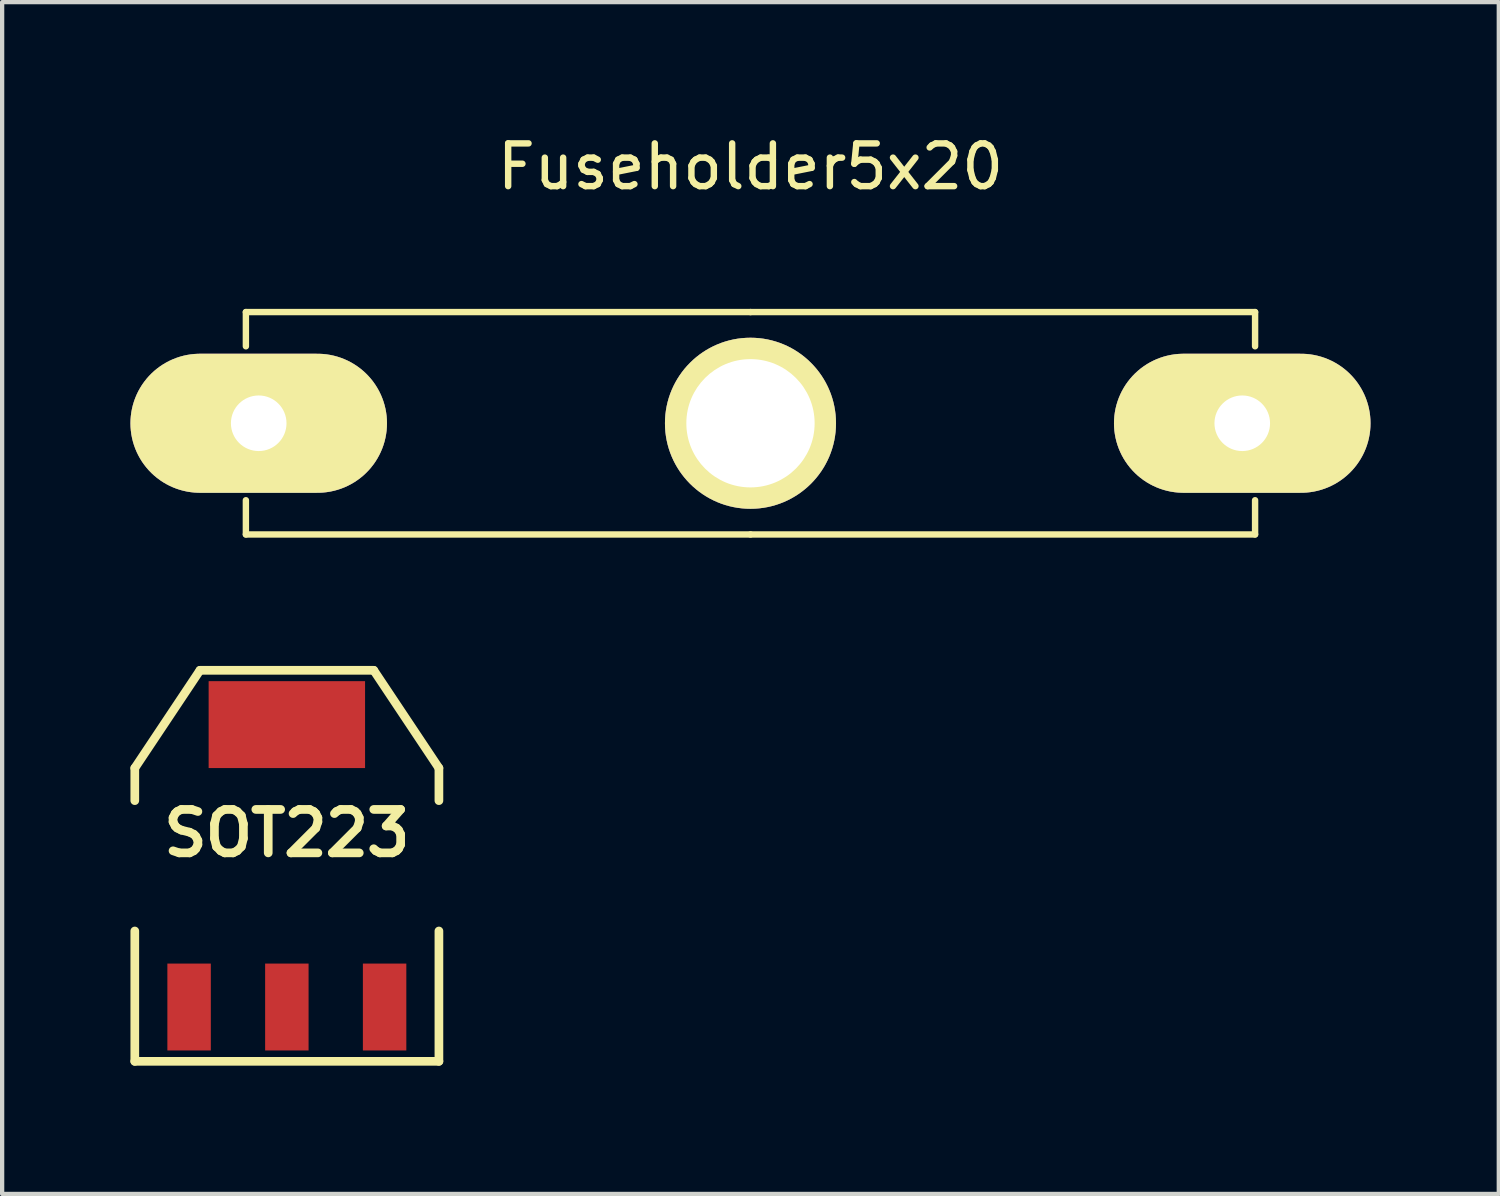
<source format=kicad_pcb>
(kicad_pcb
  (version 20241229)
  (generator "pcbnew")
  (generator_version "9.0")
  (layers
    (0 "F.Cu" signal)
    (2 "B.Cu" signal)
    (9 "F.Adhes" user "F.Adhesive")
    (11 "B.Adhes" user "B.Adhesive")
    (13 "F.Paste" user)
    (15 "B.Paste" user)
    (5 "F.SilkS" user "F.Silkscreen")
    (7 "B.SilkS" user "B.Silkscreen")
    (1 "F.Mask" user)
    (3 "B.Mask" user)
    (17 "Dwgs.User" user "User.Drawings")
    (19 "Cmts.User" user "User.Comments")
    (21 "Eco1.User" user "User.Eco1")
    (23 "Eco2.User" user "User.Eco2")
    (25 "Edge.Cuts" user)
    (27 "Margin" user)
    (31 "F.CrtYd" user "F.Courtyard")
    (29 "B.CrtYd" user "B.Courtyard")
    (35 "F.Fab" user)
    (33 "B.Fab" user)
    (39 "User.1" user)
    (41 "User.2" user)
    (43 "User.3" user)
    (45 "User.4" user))
  (footprint "Fuseholder5x20"
    (layer "F.Cu")
    (at 14.5 6.848)
    (property "Reference" "Fuseholder5x20" (at 0 -6 0) (layer "F.SilkS") (effects (font (size 1 1) (thickness 0.15))))
    (attr through_hole)
    (fp_line (start -11.8 -2.6) (end -11.8 -1.8) (stroke (width 0.15) (type solid)) (layer "F.SilkS"))
    (fp_line (start -11.8 2.6) (end -11.8 1.8) (stroke (width 0.15) (type solid)) (layer "F.SilkS"))
    (fp_line (start 0 -2.6) (end -11.8 -2.6) (stroke (width 0.15) (type solid)) (layer "F.SilkS"))
    (fp_line (start 0 -2.6) (end 11.8 -2.6) (stroke (width 0.15) (type solid)) (layer "F.SilkS"))
    (fp_line (start 0 2.6) (end -11.8 2.6) (stroke (width 0.15) (type solid)) (layer "F.SilkS"))
    (fp_line (start 0 2.6) (end 11.8 2.6) (stroke (width 0.15) (type solid)) (layer "F.SilkS"))
    (fp_line (start 11.8 -2.6) (end 11.8 -1.8) (stroke (width 0.15) (type solid)) (layer "F.SilkS"))
    (fp_line (start 11.8 2.6) (end 11.8 1.8) (stroke (width 0.15) (type solid)) (layer "F.SilkS"))
    (pad "" thru_hole circle (at 0 0) (size 4 4) (drill 3) (layers "*.Cu" "*.Mask" "F.SilkS"))
    (pad "1" thru_hole oval (at -11.5 0 90) (size 3.251 5.999) (drill 1.3) (layers "*.Cu" "*.Mask" "F.SilkS"))
    (pad "2" thru_hole oval (at 11.5 0 90) (size 3.251 5.999) (drill 1.3) (layers "*.Cu" "*.Mask" "F.SilkS")))
  (footprint "SOT223"
    (layer "F.Cu")
    (at 3.658 17.197)
    (property "Reference" "SOT223" (at 0 -0.762 0) (layer "F.SilkS") (effects (font (size 1.016 1.016) (thickness 0.203))))
    (attr smd)
    (fp_line (start -3.556 -2.286) (end -2.032 -4.572) (stroke (width 0.203) (type solid)) (layer "F.SilkS"))
    (fp_line (start -3.556 -1.524) (end -3.556 -2.286) (stroke (width 0.203) (type solid)) (layer "F.SilkS"))
    (fp_line (start -3.556 1.524) (end -3.556 4.572) (stroke (width 0.203) (type solid)) (layer "F.SilkS"))
    (fp_line (start -3.556 4.572) (end 3.556 4.572) (stroke (width 0.203) (type solid)) (layer "F.SilkS"))
    (fp_line (start -2.032 -4.572) (end 2.032 -4.572) (stroke (width 0.203) (type solid)) (layer "F.SilkS"))
    (fp_line (start 2.032 -4.572) (end 3.556 -2.286) (stroke (width 0.203) (type solid)) (layer "F.SilkS"))
    (fp_line (start 3.556 -2.286) (end 3.556 -1.524) (stroke (width 0.203) (type solid)) (layer "F.SilkS"))
    (fp_line (start 3.556 4.572) (end 3.556 1.524) (stroke (width 0.203) (type solid)) (layer "F.SilkS"))
    (pad "1" smd rect (at -2.286 3.302) (size 1.016 2.032) (layers "F.Cu" "F.Mask" "F.Paste"))
    (pad "2" smd rect (at 0 -3.302) (size 3.658 2.032) (layers "F.Cu" "F.Mask" "F.Paste"))
    (pad "2" smd rect (at 0 3.302) (size 1.016 2.032) (layers "F.Cu" "F.Mask" "F.Paste"))
    (pad "3" smd rect (at 2.286 3.302) (size 1.016 2.032) (layers "F.Cu" "F.Mask" "F.Paste")))
  (gr_rect
    (start -3 -3)
    (end 31.999 24.87)
    (stroke (width 0.1) (type default))
    (fill no)
    (layer "Edge.Cuts")))
</source>
